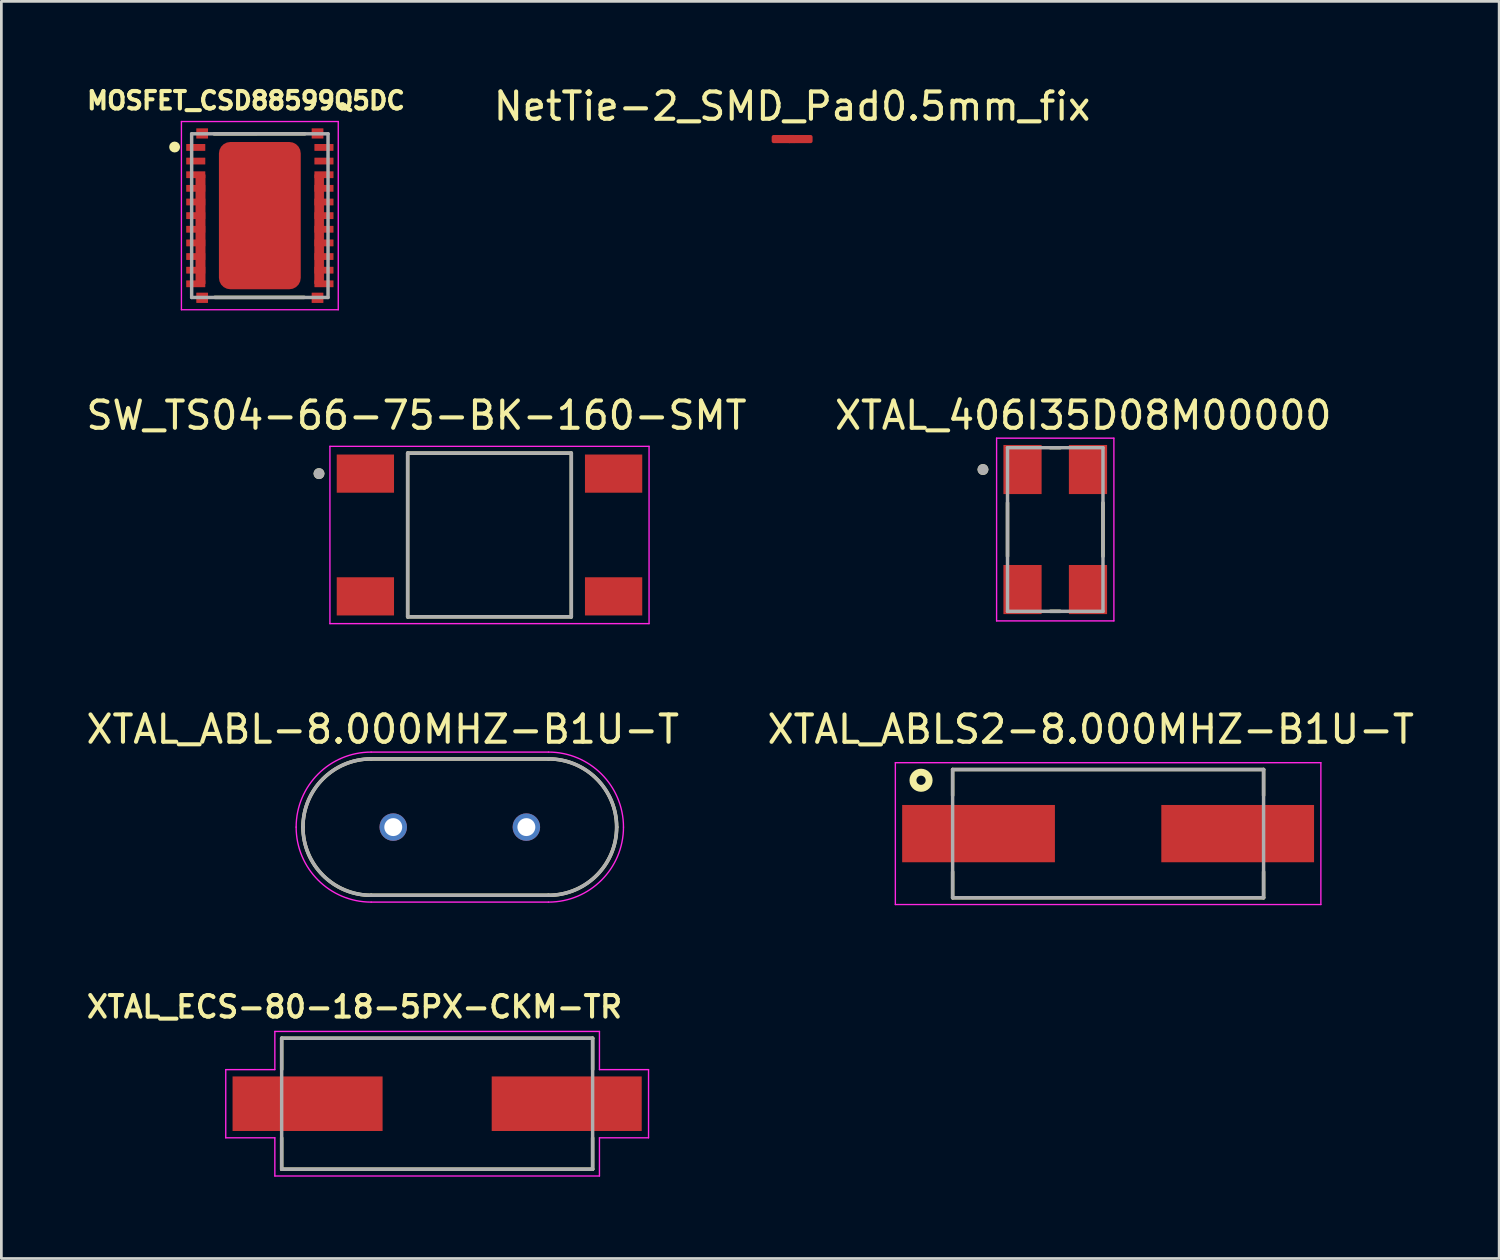
<source format=kicad_pcb>
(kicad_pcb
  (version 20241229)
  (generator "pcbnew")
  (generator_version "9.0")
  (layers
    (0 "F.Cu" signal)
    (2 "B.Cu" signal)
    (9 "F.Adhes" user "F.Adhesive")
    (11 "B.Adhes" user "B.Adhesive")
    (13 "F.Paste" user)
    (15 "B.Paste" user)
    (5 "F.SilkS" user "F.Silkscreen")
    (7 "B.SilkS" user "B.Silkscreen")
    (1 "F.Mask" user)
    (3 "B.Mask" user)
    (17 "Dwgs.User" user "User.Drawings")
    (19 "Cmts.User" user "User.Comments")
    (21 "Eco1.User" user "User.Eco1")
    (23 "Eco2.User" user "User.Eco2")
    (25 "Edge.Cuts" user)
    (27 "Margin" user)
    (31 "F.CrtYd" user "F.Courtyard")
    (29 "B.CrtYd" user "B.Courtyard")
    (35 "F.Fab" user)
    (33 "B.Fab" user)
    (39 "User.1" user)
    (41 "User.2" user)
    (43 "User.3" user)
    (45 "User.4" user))
  (footprint "XTAL_ABLS2-8.000MHZ-B1U-T"
    (layer "F.Cu")
    (at 37.574 27.511)
    (property "Reference" "XTAL_ABLS2-8.000MHZ-B1U-T" (at -0.637 -3.823 0) (layer "F.SilkS") (effects (font (size 1.003 1.003) (thickness 0.15))))
    (attr smd)
    (fp_line (start -5.7 -2.35) (end 5.7 -2.35) (stroke (width 0.127) (type solid)) (layer "F.SilkS"))
    (fp_line (start -5.7 -1.4) (end -5.7 -2.35) (stroke (width 0.127) (type solid)) (layer "F.SilkS"))
    (fp_line (start -5.7 2.35) (end -5.7 1.4) (stroke (width 0.127) (type solid)) (layer "F.SilkS"))
    (fp_line (start 5.7 -2.35) (end 5.7 -1.4) (stroke (width 0.127) (type solid)) (layer "F.SilkS"))
    (fp_line (start 5.7 1.4) (end 5.7 2.35) (stroke (width 0.127) (type solid)) (layer "F.SilkS"))
    (fp_line (start 5.7 2.35) (end -5.7 2.35) (stroke (width 0.127) (type solid)) (layer "F.SilkS"))
    (fp_circle (center -6.858 -1.956) (end -6.562 -1.956) (stroke (width 0.254) (type solid)) (fill no) (layer "F.SilkS"))
    (fp_line (start -7.8 -2.6) (end -7.8 2.6) (stroke (width 0.05) (type solid)) (layer "F.CrtYd"))
    (fp_line (start -7.8 2.6) (end 7.8 2.6) (stroke (width 0.05) (type solid)) (layer "F.CrtYd"))
    (fp_line (start 7.8 -2.6) (end -7.8 -2.6) (stroke (width 0.05) (type solid)) (layer "F.CrtYd"))
    (fp_line (start 7.8 2.6) (end 7.8 -2.6) (stroke (width 0.05) (type solid)) (layer "F.CrtYd"))
    (fp_line (start -5.7 -2.35) (end -5.7 2.35) (stroke (width 0.127) (type solid)) (layer "F.Fab"))
    (fp_line (start -5.7 2.35) (end 5.7 2.35) (stroke (width 0.127) (type solid)) (layer "F.Fab"))
    (fp_line (start 5.7 -2.35) (end -5.7 -2.35) (stroke (width 0.127) (type solid)) (layer "F.Fab"))
    (fp_line (start 5.7 2.35) (end 5.7 -2.35) (stroke (width 0.127) (type solid)) (layer "F.Fab"))
    (pad "1" smd rect (at -4.75 0) (size 5.6 2.1) (layers "F.Cu" "F.Mask" "F.Paste"))
    (pad "2" smd rect (at 4.75 0) (size 5.6 2.1) (layers "F.Cu" "F.Mask" "F.Paste")))
  (footprint "SW_TS04-66-75-BK-160-SMT"
    (layer "F.Cu")
    (at 14.895 16.563)
    (property "Reference" "SW_TS04-66-75-BK-160-SMT" (at -2.675 -4.385 0) (layer "F.SilkS") (effects (font (size 1 1) (thickness 0.15))))
    (attr smd)
    (fp_line (start -3 -3) (end -3 3) (stroke (width 0.127) (type solid)) (layer "F.SilkS"))
    (fp_line (start -3 3) (end 3 3) (stroke (width 0.127) (type solid)) (layer "F.SilkS"))
    (fp_line (start 3 -3) (end -3 -3) (stroke (width 0.127) (type solid)) (layer "F.SilkS"))
    (fp_line (start 3 3) (end 3 -3) (stroke (width 0.127) (type solid)) (layer "F.SilkS"))
    (fp_circle (center -6.25 -2.25) (end -6.15 -2.25) (stroke (width 0.2) (type solid)) (fill no) (layer "F.SilkS"))
    (fp_line (start -5.85 -3.25) (end -5.85 3.25) (stroke (width 0.05) (type solid)) (layer "F.CrtYd"))
    (fp_line (start -5.85 3.25) (end 5.85 3.25) (stroke (width 0.05) (type solid)) (layer "F.CrtYd"))
    (fp_line (start 5.85 -3.25) (end -5.85 -3.25) (stroke (width 0.05) (type solid)) (layer "F.CrtYd"))
    (fp_line (start 5.85 3.25) (end 5.85 -3.25) (stroke (width 0.05) (type solid)) (layer "F.CrtYd"))
    (fp_line (start -3 -3) (end -3 3) (stroke (width 0.127) (type solid)) (layer "F.Fab"))
    (fp_line (start -3 3) (end 3 3) (stroke (width 0.127) (type solid)) (layer "F.Fab"))
    (fp_line (start 3 -3) (end -3 -3) (stroke (width 0.127) (type solid)) (layer "F.Fab"))
    (fp_line (start 3 3) (end 3 -3) (stroke (width 0.127) (type solid)) (layer "F.Fab"))
    (fp_circle (center -6.25 -2.25) (end -6.15 -2.25) (stroke (width 0.2) (type solid)) (fill no) (layer "F.Fab"))
    (pad "1" smd rect (at -4.55 -2.25) (size 2.1 1.4) (layers "F.Cu" "F.Mask" "F.Paste"))
    (pad "2" smd rect (at -4.55 2.25) (size 2.1 1.4) (layers "F.Cu" "F.Mask" "F.Paste"))
    (pad "3" smd rect (at 4.55 -2.25) (size 2.1 1.4) (layers "F.Cu" "F.Mask" "F.Paste"))
    (pad "4" smd rect (at 4.55 2.25) (size 2.1 1.4) (layers "F.Cu" "F.Mask" "F.Paste")))
  (footprint "MOSFET_CSD88599Q5DC"
    (layer "F.Cu")
    (at 6.476 4.855)
    (property "Reference" "MOSFET_CSD88599Q5DC" (at -0.508 -4.217 0) (layer "F.SilkS") (effects (font (size 0.64 0.64) (thickness 0.15))))
    (attr smd)
    (fp_poly (pts (xy -2.35 -1.5) (xy -2 -1.5) (xy -2 2.5) (xy -2.35 2.5)) (stroke (width 0.01) (type solid)) (fill yes) (layer "F.Cu"))
    (fp_poly (pts (xy 2.004 -1.5) (xy 2.35 -1.5) (xy 2.35 2.5) (xy 2 2.5)) (stroke (width 0.01) (type solid)) (fill yes) (layer "F.Cu"))
    (fp_line (start -1.676 -2.997) (end 1.651 -3) (stroke (width 0.127) (type solid)) (layer "F.SilkS"))
    (fp_line (start 1.626 2.997) (end -1.651 2.997) (stroke (width 0.127) (type solid)) (layer "F.SilkS"))
    (fp_circle (center -3.124 -2.515) (end -3.024 -2.515) (stroke (width 0.2) (type solid)) (fill no) (layer "F.SilkS"))
    (fp_poly (pts (xy -2.35 -1.5) (xy -2 -1.5) (xy -2 2.381) (xy -2.35 2.375)) (stroke (width 0.01) (type solid)) (fill yes) (layer "F.Paste"))
    (fp_poly (pts (xy -1.518 1.42) (xy -0.105 1.42) (xy -0.105 2.546) (xy -1.518 2.546)) (stroke (width 0.01) (type solid)) (fill yes) (layer "F.Paste"))
    (fp_poly (pts (xy -1.518 0.1) (xy -0.105 0.1) (xy -0.105 1.223) (xy -1.518 1.223)) (stroke (width 0.01) (type solid)) (fill yes) (layer "F.Paste"))
    (fp_poly (pts (xy -1.518 -2.54) (xy -0.105 -2.54) (xy -0.105 -1.422) (xy -1.518 -1.422)) (stroke (width 0.01) (type solid)) (fill yes) (layer "F.Paste"))
    (fp_poly (pts (xy -1.516 -1.22) (xy -0.105 -1.22) (xy -0.105 -0.1) (xy -1.516 -0.1)) (stroke (width 0.01) (type solid)) (fill yes) (layer "F.Paste"))
    (fp_poly (pts (xy 0.105 1.42) (xy 1.515 1.42) (xy 1.515 2.541) (xy 0.105 2.541)) (stroke (width 0.01) (type solid)) (fill yes) (layer "F.Paste"))
    (fp_poly (pts (xy 0.105 -1.22) (xy 1.515 -1.22) (xy 1.515 -0.1) (xy 0.105 -0.1)) (stroke (width 0.01) (type solid)) (fill yes) (layer "F.Paste"))
    (fp_poly (pts (xy 0.105 -2.54) (xy 1.515 -2.54) (xy 1.515 -1.424) (xy 0.105 -1.424)) (stroke (width 0.01) (type solid)) (fill yes) (layer "F.Paste"))
    (fp_poly (pts (xy 0.105 0.1) (xy 1.515 0.1) (xy 1.515 1.224) (xy 0.105 1.224)) (stroke (width 0.01) (type solid)) (fill yes) (layer "F.Paste"))
    (fp_poly (pts (xy 2.004 -1.5) (xy 2.35 -1.5) (xy 2.35 2.375) (xy 2.004 2.38)) (stroke (width 0.01) (type solid)) (fill yes) (layer "F.Paste"))
    (fp_line (start -2.875 -3.45) (end 2.875 -3.45) (stroke (width 0.05) (type solid)) (layer "F.CrtYd"))
    (fp_line (start -2.875 3.45) (end -2.875 -3.45) (stroke (width 0.05) (type solid)) (layer "F.CrtYd"))
    (fp_line (start 2.875 -3.45) (end 2.875 3.45) (stroke (width 0.05) (type solid)) (layer "F.CrtYd"))
    (fp_line (start 2.875 3.45) (end -2.875 3.45) (stroke (width 0.05) (type solid)) (layer "F.CrtYd"))
    (fp_line (start -2.5 -3) (end 2.5 -3) (stroke (width 0.127) (type solid)) (layer "F.Fab"))
    (fp_line (start -2.5 3) (end -2.5 -3) (stroke (width 0.127) (type solid)) (layer "F.Fab"))
    (fp_line (start 2.5 -3) (end 2.5 3) (stroke (width 0.127) (type solid)) (layer "F.Fab"))
    (fp_line (start 2.5 3) (end -2.5 3) (stroke (width 0.127) (type solid)) (layer "F.Fab"))
    (pad "1" smd roundrect (at -2.35 -2.5 90) (size 0.25 0.7) (layers "F.Cu" "F.Mask" "F.Paste") (roundrect_rratio 0.05))
    (pad "2" smd roundrect (at -2.35 -2 90) (size 0.25 0.7) (layers "F.Cu" "F.Mask" "F.Paste") (roundrect_rratio 0.05))
    (pad "3" smd roundrect (at -2.35 -1.5 90) (size 0.25 0.7) (layers "F.Cu" "F.Mask" "F.Paste") (roundrect_rratio 0.05))
    (pad "4" smd roundrect (at -2.35 -1 90) (size 0.25 0.7) (layers "F.Cu" "F.Mask" "F.Paste") (roundrect_rratio 0.05))
    (pad "5" smd roundrect (at -2.35 -0.5 90) (size 0.25 0.7) (layers "F.Cu" "F.Mask" "F.Paste") (roundrect_rratio 0.05))
    (pad "6" smd roundrect (at -2.35 0 90) (size 0.25 0.7) (layers "F.Cu" "F.Mask" "F.Paste") (roundrect_rratio 0.05))
    (pad "7" smd roundrect (at -2.35 0.5 90) (size 0.25 0.7) (layers "F.Cu" "F.Mask" "F.Paste") (roundrect_rratio 0.05))
    (pad "8" smd roundrect (at -2.35 1 90) (size 0.25 0.7) (layers "F.Cu" "F.Mask" "F.Paste") (roundrect_rratio 0.05))
    (pad "9" smd roundrect (at -2.35 1.5 90) (size 0.25 0.7) (layers "F.Cu" "F.Mask" "F.Paste") (roundrect_rratio 0.05))
    (pad "10" smd roundrect (at -2.35 2 90) (size 0.25 0.7) (layers "F.Cu" "F.Mask" "F.Paste") (roundrect_rratio 0.05))
    (pad "11" smd roundrect (at -2.35 2.5 90) (size 0.25 0.7) (layers "F.Cu" "F.Mask" "F.Paste") (roundrect_rratio 0.05))
    (pad "12" smd roundrect (at 2.35 2.5 90) (size 0.25 0.7) (layers "F.Cu" "F.Mask" "F.Paste") (roundrect_rratio 0.05))
    (pad "13" smd roundrect (at 2.35 2 90) (size 0.25 0.7) (layers "F.Cu" "F.Mask" "F.Paste") (roundrect_rratio 0.05))
    (pad "14" smd roundrect (at 2.35 1.5 90) (size 0.25 0.7) (layers "F.Cu" "F.Mask" "F.Paste") (roundrect_rratio 0.05))
    (pad "15" smd roundrect (at 2.35 1 90) (size 0.25 0.7) (layers "F.Cu" "F.Mask" "F.Paste") (roundrect_rratio 0.05))
    (pad "16" smd roundrect (at 2.35 0.5 90) (size 0.25 0.7) (layers "F.Cu" "F.Mask" "F.Paste") (roundrect_rratio 0.05))
    (pad "17" smd roundrect (at 2.35 0 90) (size 0.25 0.7) (layers "F.Cu" "F.Mask" "F.Paste") (roundrect_rratio 0.05))
    (pad "18" smd roundrect (at 2.35 -0.5 90) (size 0.25 0.7) (layers "F.Cu" "F.Mask" "F.Paste") (roundrect_rratio 0.05))
    (pad "19" smd roundrect (at 2.35 -1 90) (size 0.25 0.7) (layers "F.Cu" "F.Mask" "F.Paste") (roundrect_rratio 0.05))
    (pad "20" smd roundrect (at 2.35 -1.5 90) (size 0.25 0.7) (layers "F.Cu" "F.Mask" "F.Paste") (roundrect_rratio 0.05))
    (pad "21" smd roundrect (at 2.35 -2 90) (size 0.25 0.7) (layers "F.Cu" "F.Mask" "F.Paste") (roundrect_rratio 0.05))
    (pad "22" smd roundrect (at 2.35 -2.5 90) (size 0.25 0.7) (layers "F.Cu" "F.Mask" "F.Paste") (roundrect_rratio 0.05))
    (pad "23" smd roundrect (at -2.115 -3.013) (size 0.43 0.375) (layers "F.Cu" "F.Mask" "F.Paste") (roundrect_rratio 0.03))
    (pad "24" smd roundrect (at -2.115 3.013) (size 0.43 0.375) (layers "F.Cu" "F.Mask" "F.Paste") (roundrect_rratio 0.03))
    (pad "25" smd roundrect (at 2.115 3.013) (size 0.43 0.375) (layers "F.Cu" "F.Mask" "F.Paste") (roundrect_rratio 0.03))
    (pad "26" smd roundrect (at 2.115 -3.013) (size 0.43 0.375) (layers "F.Cu" "F.Mask" "F.Paste") (roundrect_rratio 0.03))
    (pad "27" smd roundrect (at 0 0) (size 3 5.4) (layers "F.Cu" "F.Mask" "Eco1.User") (roundrect_rratio 0.14)))
  (footprint "XTAL_406I35D08M00000"
    (layer "F.Cu")
    (at 35.636 16.363)
    (property "Reference" "XTAL_406I35D08M00000" (at 1.025 -4.185 0) (layer "F.SilkS") (effects (font (size 1 1) (thickness 0.15))))
    (attr smd)
    (fp_line (start -1.75 -0.98) (end -1.75 0.98) (stroke (width 0.127) (type solid)) (layer "F.SilkS"))
    (fp_line (start -0.18 -3) (end 0.18 -3) (stroke (width 0.127) (type solid)) (layer "F.SilkS"))
    (fp_line (start -0.18 3) (end 0.18 3) (stroke (width 0.127) (type solid)) (layer "F.SilkS"))
    (fp_line (start 1.75 -0.98) (end 1.75 0.98) (stroke (width 0.127) (type solid)) (layer "F.SilkS"))
    (fp_circle (center -2.65 -2.2) (end -2.55 -2.2) (stroke (width 0.2) (type solid)) (fill no) (layer "F.SilkS"))
    (fp_line (start -2.15 -3.35) (end -2.15 3.35) (stroke (width 0.05) (type solid)) (layer "F.CrtYd"))
    (fp_line (start -2.15 -3.35) (end 2.15 -3.35) (stroke (width 0.05) (type solid)) (layer "F.CrtYd"))
    (fp_line (start 2.15 -3.35) (end 2.15 3.35) (stroke (width 0.05) (type solid)) (layer "F.CrtYd"))
    (fp_line (start 2.15 3.35) (end -2.15 3.35) (stroke (width 0.05) (type solid)) (layer "F.CrtYd"))
    (fp_line (start -1.75 -3) (end -1.75 3) (stroke (width 0.127) (type solid)) (layer "F.Fab"))
    (fp_line (start -1.75 -3) (end 1.75 -3) (stroke (width 0.127) (type solid)) (layer "F.Fab"))
    (fp_line (start 1.75 -3) (end 1.75 3) (stroke (width 0.127) (type solid)) (layer "F.Fab"))
    (fp_line (start 1.75 3) (end -1.75 3) (stroke (width 0.127) (type solid)) (layer "F.Fab"))
    (fp_circle (center -2.65 -2.2) (end -2.55 -2.2) (stroke (width 0.2) (type solid)) (fill no) (layer "F.Fab"))
    (pad "1" smd rect (at -1.2 -2.2) (size 1.4 1.8) (layers "F.Cu" "F.Mask" "F.Paste"))
    (pad "2" smd rect (at -1.2 2.2) (size 1.4 1.8) (layers "F.Cu" "F.Mask" "F.Paste"))
    (pad "3" smd rect (at 1.2 2.2) (size 1.4 1.8) (layers "F.Cu" "F.Mask" "F.Paste"))
    (pad "4" smd rect (at 1.2 -2.2) (size 1.4 1.8) (layers "F.Cu" "F.Mask" "F.Paste")))
  (footprint "XTAL_ABL-8.000MHZ-B1U-T"
    (layer "F.Cu")
    (at 13.807 27.272)
    (property "Reference" "XTAL_ABL-8.000MHZ-B1U-T" (at -2.825 -3.585 0) (layer "F.SilkS") (effects (font (size 1 1) (thickness 0.15))))
    (attr through_hole)
    (fp_line (start -3.25 -2.5) (end 3.25 -2.5) (stroke (width 0.127) (type solid)) (layer "F.SilkS"))
    (fp_line (start -3.25 2.5) (end 3.25 2.5) (stroke (width 0.127) (type solid)) (layer "F.SilkS"))
    (fp_arc (start -5.75 0) (mid -5.017767 -1.767767) (end -3.25 -2.5) (stroke (width 0.127) (type solid)) (layer "F.SilkS"))
    (fp_arc (start -3.25 2.5) (mid -5.017767 1.767767) (end -5.75 0) (stroke (width 0.127) (type solid)) (layer "F.SilkS"))
    (fp_arc (start 3.25 -2.5) (mid 5.017767 -1.767767) (end 5.75 0) (stroke (width 0.127) (type solid)) (layer "F.SilkS"))
    (fp_arc (start 5.75 0) (mid 5.017767 1.767767) (end 3.25 2.5) (stroke (width 0.127) (type solid)) (layer "F.SilkS"))
    (fp_line (start -3.25 -2.75) (end 3.25 -2.75) (stroke (width 0.05) (type solid)) (layer "F.CrtYd"))
    (fp_line (start -3.25 2.75) (end 3.25 2.75) (stroke (width 0.05) (type solid)) (layer "F.CrtYd"))
    (fp_arc (start -6 0) (mid -5.194544 -1.944544) (end -3.25 -2.75) (stroke (width 0.05) (type solid)) (layer "F.CrtYd"))
    (fp_arc (start -3.25 2.75) (mid -5.194544 1.944544) (end -6 0) (stroke (width 0.05) (type solid)) (layer "F.CrtYd"))
    (fp_arc (start 3.25 -2.75) (mid 5.194544 -1.944544) (end 6 0) (stroke (width 0.05) (type solid)) (layer "F.CrtYd"))
    (fp_arc (start 6 0) (mid 5.194544 1.944544) (end 3.25 2.75) (stroke (width 0.05) (type solid)) (layer "F.CrtYd"))
    (fp_line (start -3.25 -2.5) (end 3.25 -2.5) (stroke (width 0.127) (type solid)) (layer "F.Fab"))
    (fp_line (start -3.25 2.5) (end 3.25 2.5) (stroke (width 0.127) (type solid)) (layer "F.Fab"))
    (fp_arc (start -5.75 0) (mid -5.017767 -1.767767) (end -3.25 -2.5) (stroke (width 0.127) (type solid)) (layer "F.Fab"))
    (fp_arc (start -3.25 2.5) (mid -5.017767 1.767767) (end -5.75 0) (stroke (width 0.127) (type solid)) (layer "F.Fab"))
    (fp_arc (start 3.25 -2.5) (mid 5.017767 -1.767767) (end 5.75 0) (stroke (width 0.127) (type solid)) (layer "F.Fab"))
    (fp_arc (start 5.75 0) (mid 5.017767 1.767767) (end 3.25 2.5) (stroke (width 0.127) (type solid)) (layer "F.Fab"))
    (pad "1" thru_hole circle (at -2.44 0) (size 1.007 1.007) (drill 0.657) (layers "*.Cu" "*.Mask"))
    (pad "2" thru_hole circle (at 2.44 0) (size 1.007 1.007) (drill 0.657) (layers "*.Cu" "*.Mask")))
  (footprint "XTAL_ECS-80-18-5PX-CKM-TR"
    (layer "F.Cu")
    (at 12.976 37.413)
    (property "Reference" "XTAL_ECS-80-18-5PX-CKM-TR" (at -3.03 -3.552 0) (layer "F.SilkS") (effects (font (size 0.79 0.79) (thickness 0.15))))
    (attr smd)
    (fp_line (start -5.7 -2.4) (end 5.7 -2.4) (stroke (width 0.127) (type solid)) (layer "F.SilkS"))
    (fp_line (start -5.7 -1.254) (end -5.7 -2.4) (stroke (width 0.127) (type solid)) (layer "F.SilkS"))
    (fp_line (start -5.7 2.4) (end -5.7 1.254) (stroke (width 0.127) (type solid)) (layer "F.SilkS"))
    (fp_line (start 5.7 -2.4) (end 5.7 -1.254) (stroke (width 0.127) (type solid)) (layer "F.SilkS"))
    (fp_line (start 5.7 1.254) (end 5.7 2.4) (stroke (width 0.127) (type solid)) (layer "F.SilkS"))
    (fp_line (start 5.7 2.4) (end -5.7 2.4) (stroke (width 0.127) (type solid)) (layer "F.SilkS"))
    (fp_line (start -7.75 -1.25) (end -5.95 -1.25) (stroke (width 0.05) (type solid)) (layer "F.CrtYd"))
    (fp_line (start -7.75 1.25) (end -7.75 -1.25) (stroke (width 0.05) (type solid)) (layer "F.CrtYd"))
    (fp_line (start -5.95 -2.65) (end 5.95 -2.65) (stroke (width 0.05) (type solid)) (layer "F.CrtYd"))
    (fp_line (start -5.95 -1.25) (end -5.95 -2.65) (stroke (width 0.05) (type solid)) (layer "F.CrtYd"))
    (fp_line (start -5.95 1.25) (end -7.75 1.25) (stroke (width 0.05) (type solid)) (layer "F.CrtYd"))
    (fp_line (start -5.95 2.65) (end -5.95 1.25) (stroke (width 0.05) (type solid)) (layer "F.CrtYd"))
    (fp_line (start 5.95 -2.65) (end 5.95 -1.25) (stroke (width 0.05) (type solid)) (layer "F.CrtYd"))
    (fp_line (start 5.95 -1.25) (end 7.75 -1.25) (stroke (width 0.05) (type solid)) (layer "F.CrtYd"))
    (fp_line (start 5.95 1.25) (end 5.95 2.65) (stroke (width 0.05) (type solid)) (layer "F.CrtYd"))
    (fp_line (start 5.95 2.65) (end -5.95 2.65) (stroke (width 0.05) (type solid)) (layer "F.CrtYd"))
    (fp_line (start 7.75 -1.25) (end 7.75 1.25) (stroke (width 0.05) (type solid)) (layer "F.CrtYd"))
    (fp_line (start 7.75 1.25) (end 5.95 1.25) (stroke (width 0.05) (type solid)) (layer "F.CrtYd"))
    (fp_line (start -5.7 -2.4) (end -5.7 2.4) (stroke (width 0.127) (type solid)) (layer "F.Fab"))
    (fp_line (start -5.7 2.4) (end 5.7 2.4) (stroke (width 0.127) (type solid)) (layer "F.Fab"))
    (fp_line (start 5.7 -2.4) (end -5.7 -2.4) (stroke (width 0.127) (type solid)) (layer "F.Fab"))
    (fp_line (start 5.7 2.4) (end 5.7 -2.4) (stroke (width 0.127) (type solid)) (layer "F.Fab"))
    (pad "1" smd rect (at -4.75 0) (size 5.5 2) (layers "F.Cu" "F.Mask" "F.Paste"))
    (pad "2" smd rect (at 4.75 0) (size 5.5 2) (layers "F.Cu" "F.Mask" "F.Paste")))
  (footprint "NetTie-2_SMD_Pad0.5mm_fix"
    (layer "F.Cu")
    (at 25.99 2.048)
    (property "Reference" "NetTie-2_SMD_Pad0.5mm_fix" (at 0 -1.2 0) (layer "F.SilkS") (effects (font (size 1 1) (thickness 0.15))))
    (attr exclude_from_pos_files exclude_from_bom allow_missing_courtyard)
    (fp_poly (pts (xy -0.119 -0.15) (xy 0.094 -0.15) (xy 0.094 0.15) (xy -0.119 0.15)) (stroke (width 0) (type solid)) (fill yes) (layer "F.Cu"))
    (pad "1" smd roundrect (at -0.388 0) (size 0.725 0.3) (layers "F.Cu") (roundrect_rratio 0.25))
    (pad "2" smd roundrect (at 0.388 0) (size 0.725 0.3) (layers "F.Cu") (roundrect_rratio 0.25))
    (zone (net_name "") (layer "F.Cu") (hatch edge 0.5) (connect_pads) (min_thickness 0.25) (filled_areas_thickness no) (keepout (tracks not_allowed) (vias not_allowed) (pads not_allowed) (copperpour not_allowed) (footprints allowed)) (placement (enabled no)) (fill) (polygon (pts (xy 25.634 1.845) (xy 26.345 1.845) (xy 26.345 2.251) (xy 25.634 2.251)))))
  (gr_rect
    (start -3 -3)
    (end 51.91 43.088)
    (stroke (width 0.1) (type default))
    (fill no)
    (layer "Edge.Cuts")))
</source>
